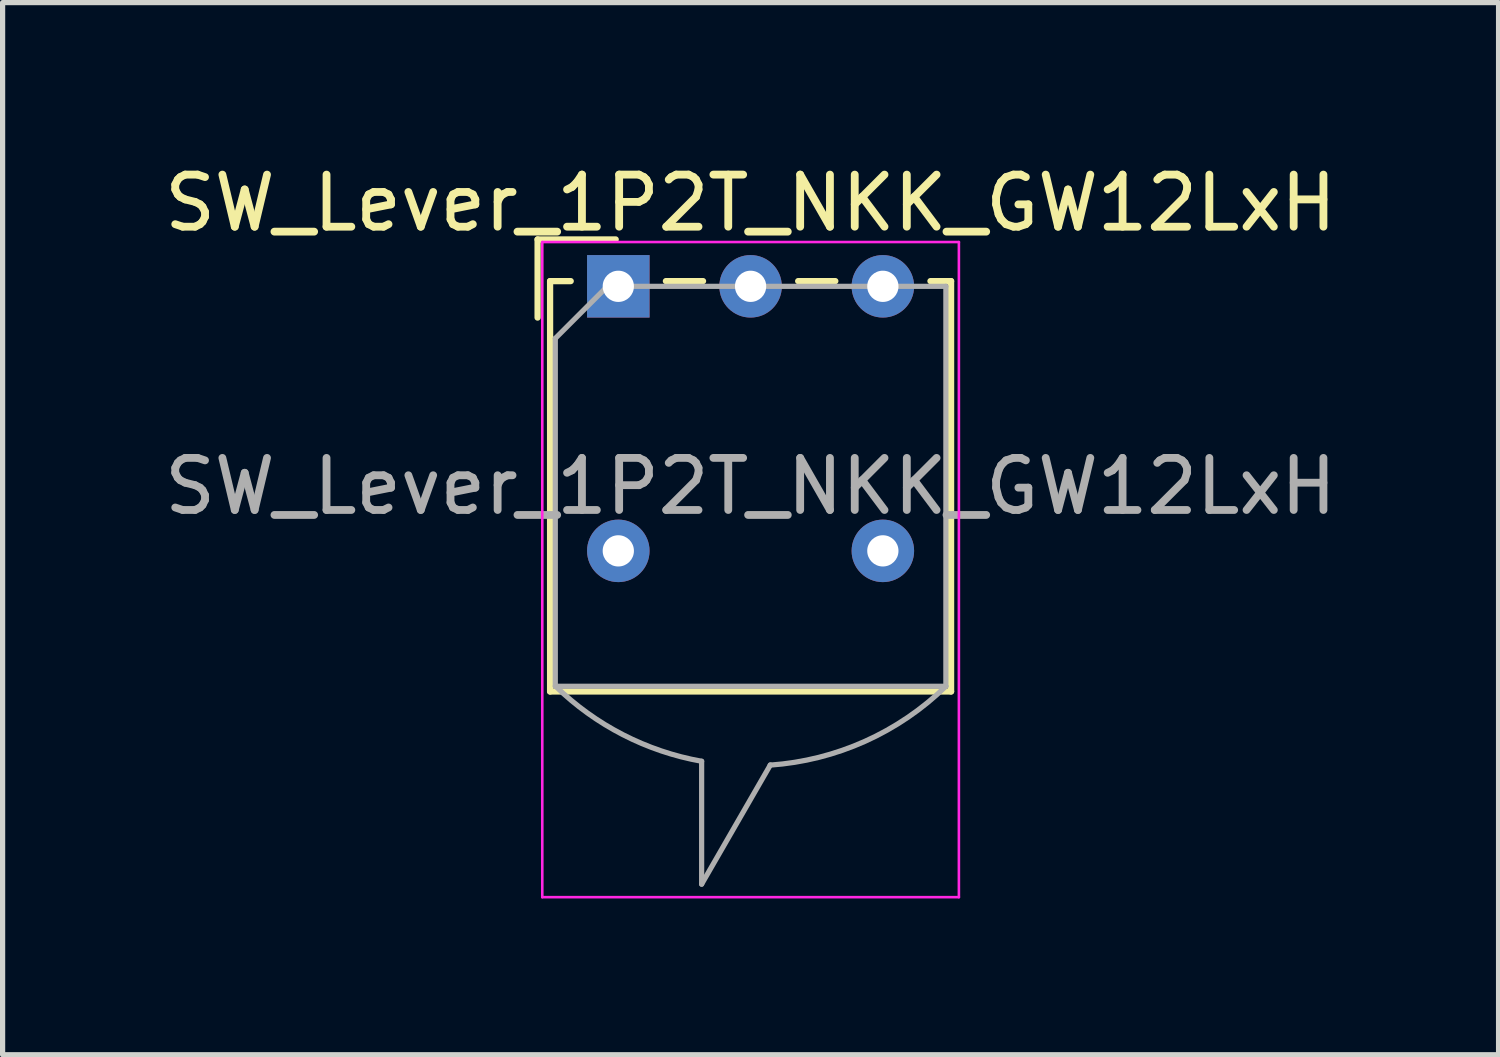
<source format=kicad_pcb>
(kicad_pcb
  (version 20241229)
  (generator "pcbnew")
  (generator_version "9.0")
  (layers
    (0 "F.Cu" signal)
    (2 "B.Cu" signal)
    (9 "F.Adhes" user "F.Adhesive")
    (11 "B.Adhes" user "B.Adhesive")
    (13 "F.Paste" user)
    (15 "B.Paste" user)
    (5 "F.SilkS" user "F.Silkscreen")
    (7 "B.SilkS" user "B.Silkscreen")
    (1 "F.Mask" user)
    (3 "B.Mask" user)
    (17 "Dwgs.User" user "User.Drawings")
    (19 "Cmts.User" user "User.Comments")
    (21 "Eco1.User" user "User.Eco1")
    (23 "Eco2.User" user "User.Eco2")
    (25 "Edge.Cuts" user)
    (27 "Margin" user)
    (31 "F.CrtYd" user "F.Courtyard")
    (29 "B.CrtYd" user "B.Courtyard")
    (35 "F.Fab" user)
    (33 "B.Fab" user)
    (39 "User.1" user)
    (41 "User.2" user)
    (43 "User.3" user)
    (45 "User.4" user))
  (footprint "SW_Lever_1P2T_NKK_GW12LxH"
    (layer "F.Cu")
    (at 8.823 2.448)
    (property "Reference" "SW_Lever_1P2T_NKK_GW12LxH" (at 2.54 -1.6 0) (layer "F.SilkS") (effects (font (size 1 1) (thickness 0.15))))
    (attr through_hole)
    (fp_line (start -1.55 -0.9) (end -0.05 -0.9) (stroke (width 0.12) (type solid)) (layer "F.SilkS"))
    (fp_line (start -1.55 0.6) (end -1.55 -0.9) (stroke (width 0.12) (type solid)) (layer "F.SilkS"))
    (fp_line (start -1.31 -0.1) (end -1.31 7.78) (stroke (width 0.12) (type solid)) (layer "F.SilkS"))
    (fp_line (start -1.31 -0.1) (end -0.914 -0.1) (stroke (width 0.12) (type solid)) (layer "F.SilkS"))
    (fp_line (start -1.31 7.78) (end 6.39 7.78) (stroke (width 0.12) (type solid)) (layer "F.SilkS"))
    (fp_line (start 0.914 -0.1) (end 1.627 -0.1) (stroke (width 0.12) (type solid)) (layer "F.SilkS"))
    (fp_line (start 3.454 -0.1) (end 4.167 -0.1) (stroke (width 0.12) (type solid)) (layer "F.SilkS"))
    (fp_line (start 5.994 -0.1) (end 6.39 -0.1) (stroke (width 0.12) (type solid)) (layer "F.SilkS"))
    (fp_line (start 6.39 -0.1) (end 6.39 7.78) (stroke (width 0.12) (type solid)) (layer "F.SilkS"))
    (fp_line (start -1.46 -0.85) (end -1.46 11.73) (stroke (width 0.05) (type solid)) (layer "F.CrtYd"))
    (fp_line (start -1.46 11.73) (end 6.54 11.73) (stroke (width 0.05) (type solid)) (layer "F.CrtYd"))
    (fp_line (start 6.54 -0.85) (end -1.46 -0.85) (stroke (width 0.05) (type solid)) (layer "F.CrtYd"))
    (fp_line (start 6.54 11.73) (end 6.54 -0.85) (stroke (width 0.05) (type solid)) (layer "F.CrtYd"))
    (fp_line (start -1.21 1) (end -0.21 0) (stroke (width 0.1) (type solid)) (layer "F.Fab"))
    (fp_line (start -1.21 7.68) (end -1.21 1) (stroke (width 0.1) (type solid)) (layer "F.Fab"))
    (fp_line (start -0.21 0) (end 6.29 0) (stroke (width 0.1) (type solid)) (layer "F.Fab"))
    (fp_line (start 1.6 9.12) (end 1.6 11.48) (stroke (width 0.1) (type solid)) (layer "F.Fab"))
    (fp_line (start 1.6 11.48) (end 2.92 9.19) (stroke (width 0.1) (type solid)) (layer "F.Fab"))
    (fp_line (start 6.29 0) (end 6.29 7.68) (stroke (width 0.1) (type solid)) (layer "F.Fab"))
    (fp_line (start 6.29 7.68) (end -1.21 7.68) (stroke (width 0.1) (type solid)) (layer "F.Fab"))
    (fp_arc (start 1.6 9.12) (mid 0.089022 8.610189) (end -1.205256 7.678627) (stroke (width 0.1) (type solid)) (layer "F.Fab"))
    (fp_arc (start 6.29 7.68) (mid 4.737678 8.736766) (end 2.916333 9.194108) (stroke (width 0.1) (type solid)) (layer "F.Fab"))
    (fp_text user "${REFERENCE}" (at 2.54 3.84 0) (layer "F.Fab") (effects (font (size 1 1) (thickness 0.15))))
    (pad "" thru_hole circle (at 0 5.08) (size 1.2 1.2) (drill 0.6) (layers "*.Cu" "*.Mask"))
    (pad "" thru_hole circle (at 5.08 5.08) (size 1.2 1.2) (drill 0.6) (layers "*.Cu" "*.Mask"))
    (pad "1" thru_hole rect (at 0 0) (size 1.2 1.2) (drill 0.6) (layers "*.Cu" "*.Mask"))
    (pad "2" thru_hole circle (at 2.54 0) (size 1.2 1.2) (drill 0.6) (layers "*.Cu" "*.Mask"))
    (pad "3" thru_hole circle (at 5.08 0) (size 1.2 1.2) (drill 0.6) (layers "*.Cu" "*.Mask")))
  (gr_rect
    (start -3 -3)
    (end 25.726 17.203)
    (stroke (width 0.1) (type default))
    (fill no)
    (layer "Edge.Cuts")))
</source>
